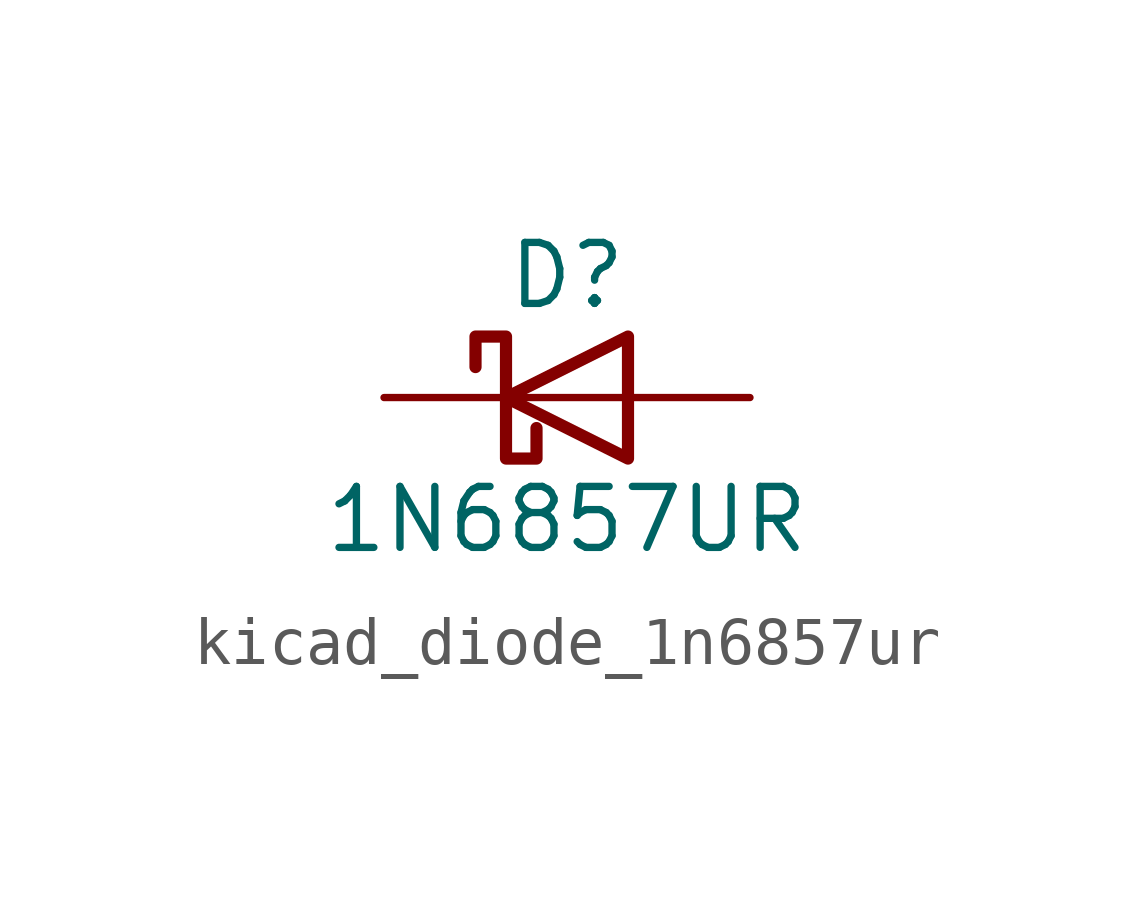
<source format=kicad_sym>
(kicad_symbol_lib
  (version 20220914)
  (generator kicad_symbol_editor)
  (symbol "kicad_diode_1n6857ur"
    (pin_numbers hide)
    (pin_names
      (offset 1.016) hide)
    (property "Reference" "D"
      (at 0 2.54 0)
      (effects (font (size 1.27 1.27))))
    (property "Value" "1N6857UR"
      (at 0 -2.54 0)
      (effects (font (size 1.27 1.27))))
    (symbol "kicad_diode_1n6857ur_0_1"
      (polyline (pts (xy 1.27 0) (xy -1.27 0)) (stroke (width 0) (type default)) (fill (type none)))
      (polyline (pts (xy 1.27 1.27) (xy 1.27 -1.27) (xy -1.27 0) (xy 1.27 1.27)) (stroke (width 0.254) (type default)) (fill (type none)))
      (polyline (pts (xy -1.905 0.635) (xy -1.905 1.27) (xy -1.27 1.27) (xy -1.27 -1.27) (xy -0.635 -1.27) (xy -0.635 -0.635)) (stroke (width 0.254) (type default)) (fill (type none))))
    (symbol "kicad_diode_1n6857ur_1_1"
      (pin passive line (at -3.81 0 0) (length 2.54) (name "K" (effects (font (size 1.27 1.27)))) (number "1" (effects (font (size 1.27 1.27)))))
      (pin passive line (at 3.81 0 180) (length 2.54) (name "A" (effects (font (size 1.27 1.27)))) (number "2" (effects (font (size 1.27 1.27))))))))
</source>
